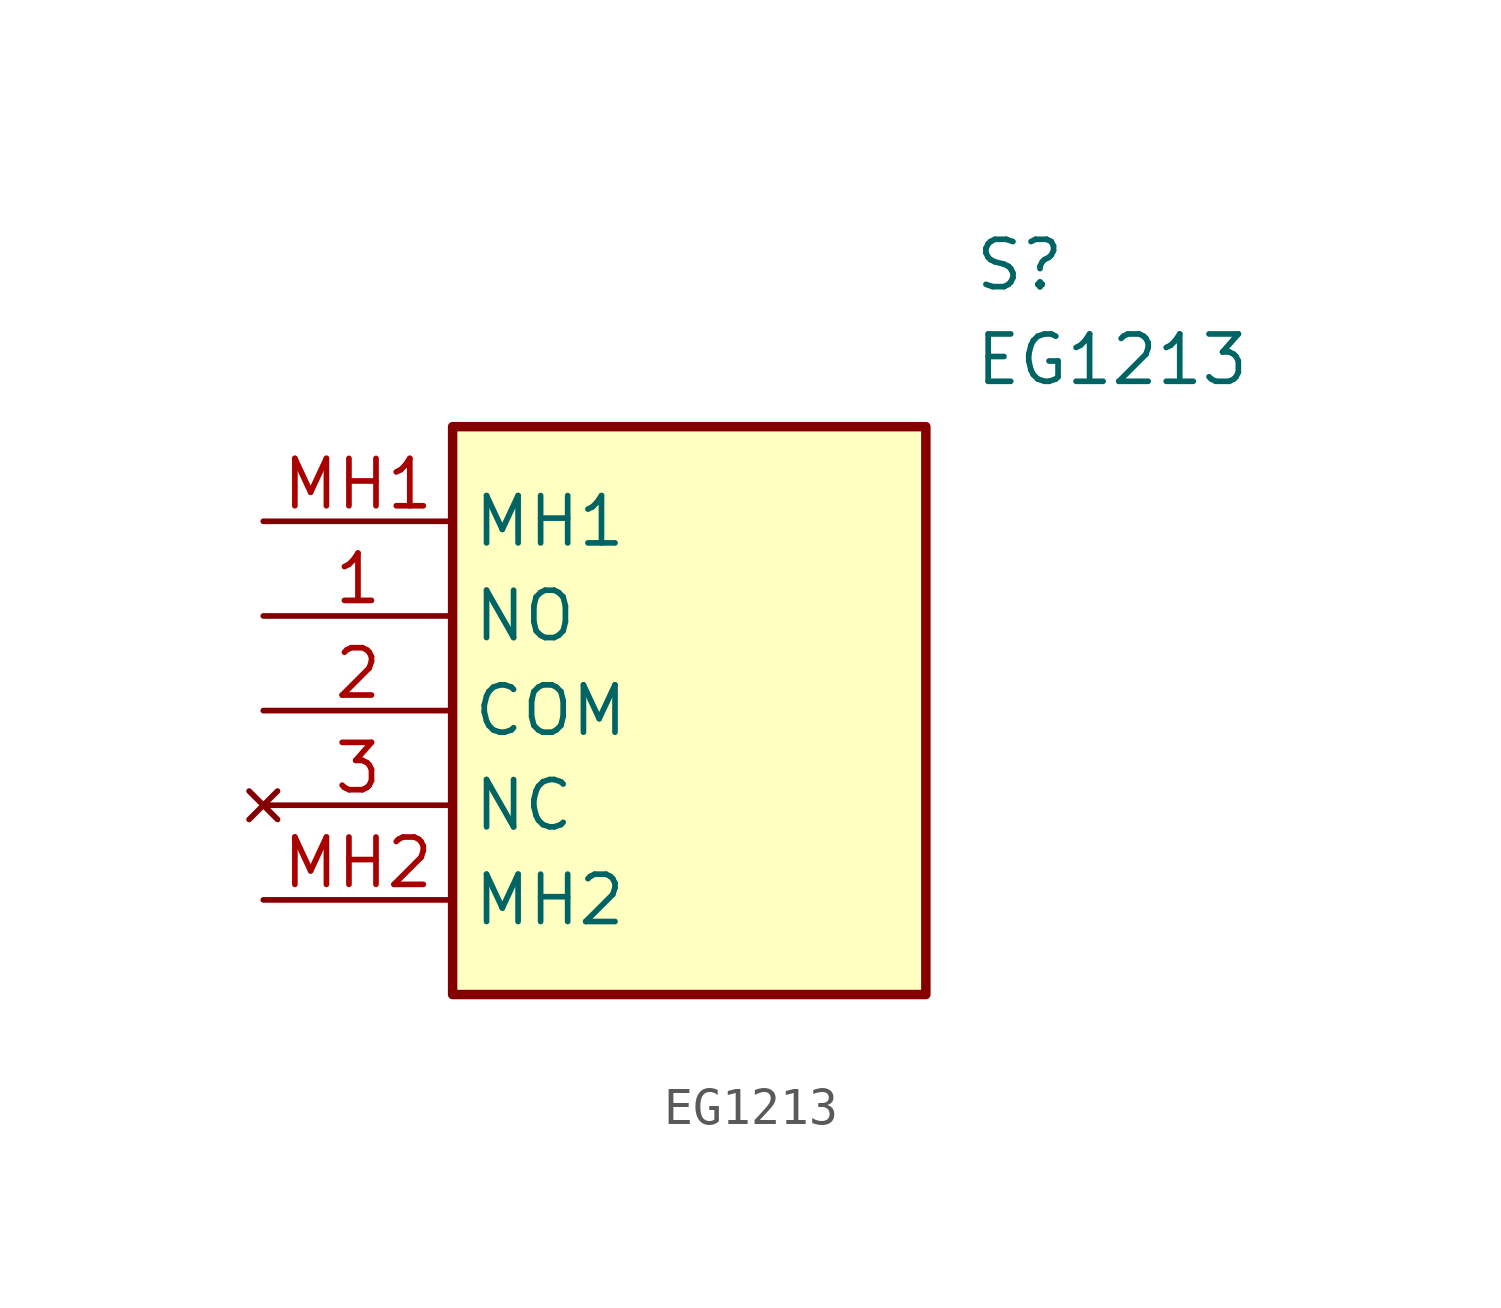
<source format=kicad_sym>
(kicad_symbol_lib
  (version 20211014)
  (generator SamacSys_ECAD_Model)
  (symbol "EG1213"
    (property "Reference" "S"
      (at 19.05 7.62 0)
      (effects (font (size 1.27 1.27)) (justify left top)))
    (property "Value" "EG1213"
      (at 19.05 5.08 0)
      (effects (font (size 1.27 1.27)) (justify left top)))
    (rectangle
      (start 5.08 2.54)
      (end 17.78 -12.7)
      (stroke (width 0.254) (type default))
      (fill (type background)))
    (pin passive line
      (at 0 -2.54 0)
      (length 5.08)
      (name "NO" (effects (font (size 1.27 1.27))))
      (number "1" (effects (font (size 1.27 1.27)))))
    (pin passive line
      (at 0 -5.08 0)
      (length 5.08)
      (name "COM" (effects (font (size 1.27 1.27))))
      (number "2" (effects (font (size 1.27 1.27)))))
    (pin no_connect line
      (at 0 -7.62 0)
      (length 5.08)
      (name "NC" (effects (font (size 1.27 1.27))))
      (number "3" (effects (font (size 1.27 1.27)))))
    (pin passive line
      (at 0 0 0)
      (length 5.08)
      (name "MH1" (effects (font (size 1.27 1.27))))
      (number "MH1" (effects (font (size 1.27 1.27)))))
    (pin passive line
      (at 0 -10.16 0)
      (length 5.08)
      (name "MH2" (effects (font (size 1.27 1.27))))
      (number "MH2" (effects (font (size 1.27 1.27)))))))
</source>
